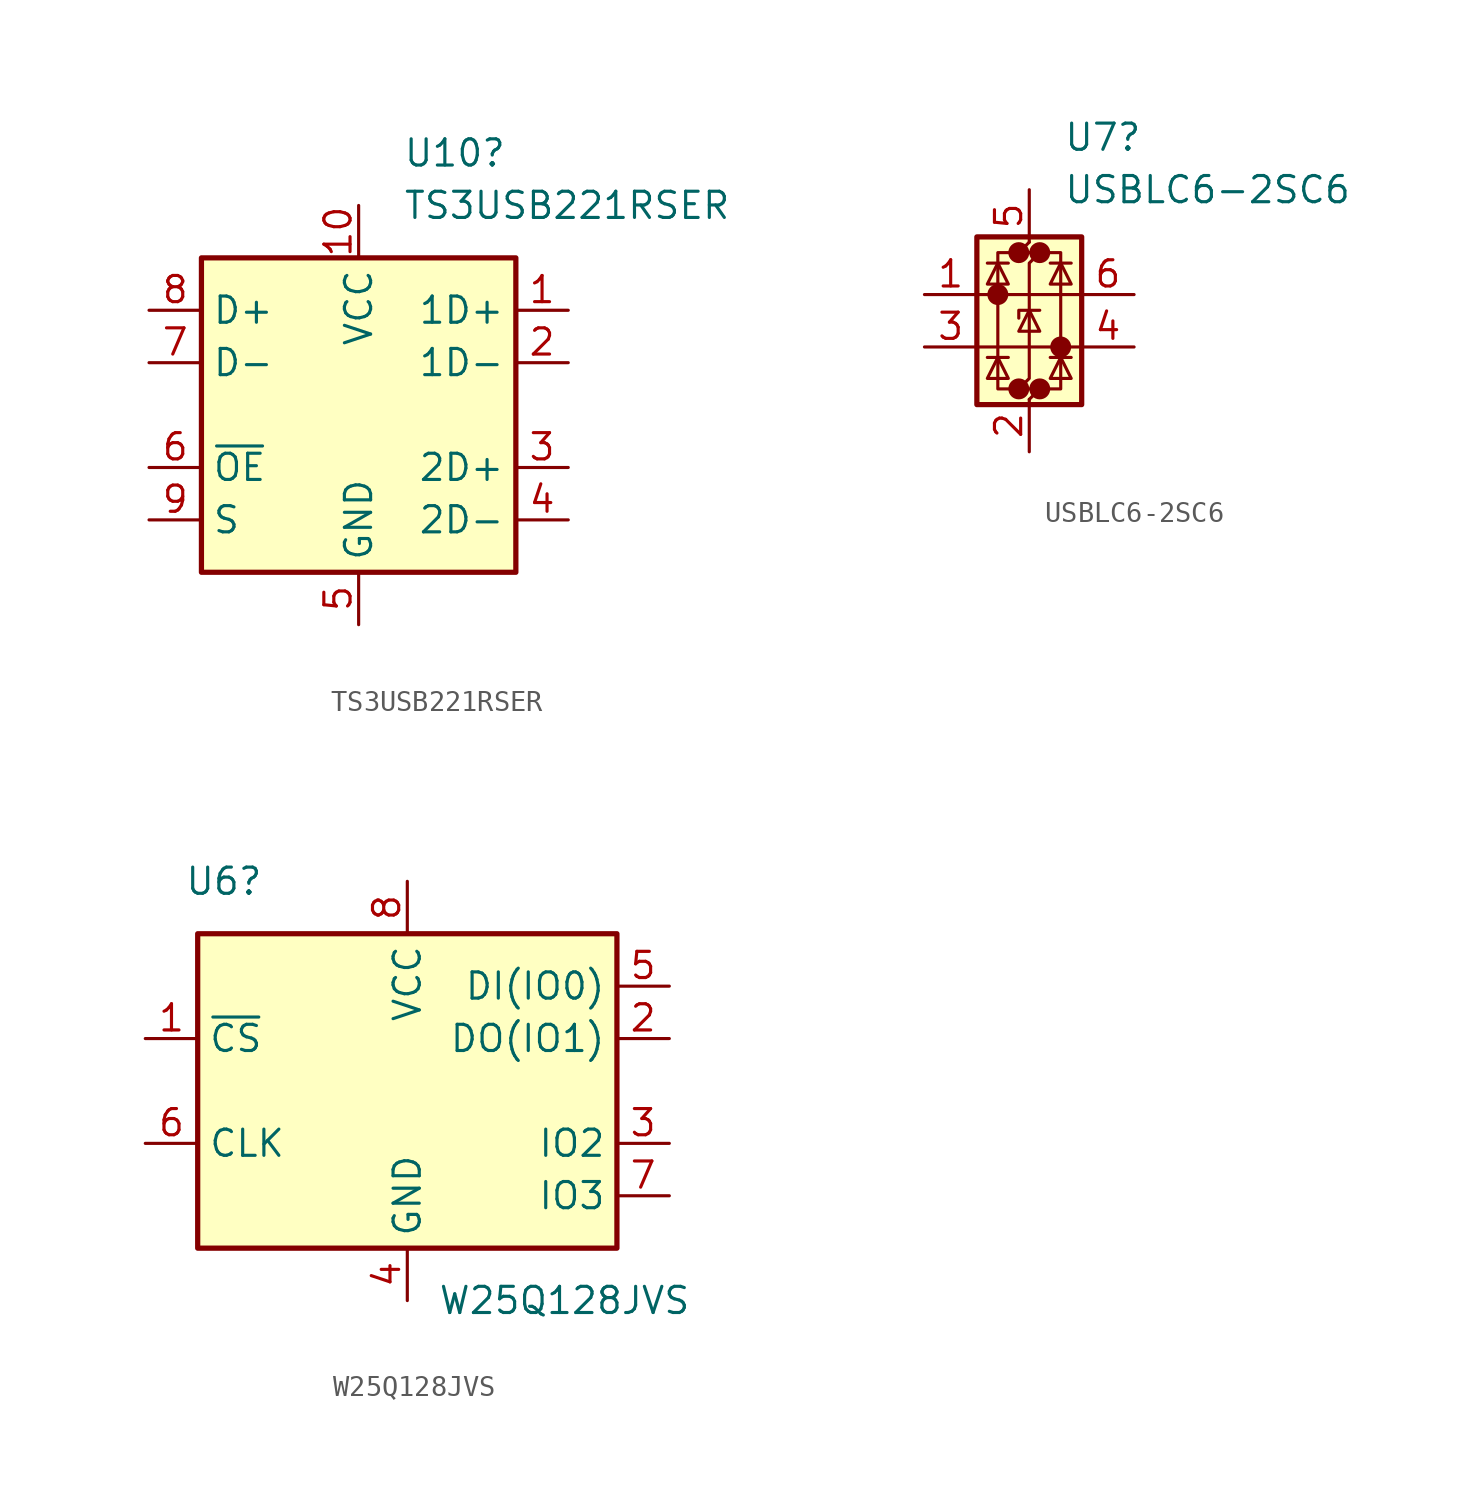
<source format=kicad_sym>
(kicad_symbol_lib
  (version 20241209)
  (generator "kicad_symbol_editor")
  (generator_version "9.0")
  (symbol "TS3USB221RSER"
    (property "Reference" "U10"
      (at 2.143 12.7 0)
      (effects (font (size 1.27 1.27)) (justify left)))
    (property "Value" "TS3USB221RSER"
      (at 2.143 10.16 0)
      (effects (font (size 1.27 1.27)) (justify left)))
    (symbol "TS3USB221RSER_0_1"
      (rectangle (start 7.62 7.62) (end -7.62 -7.62) (stroke (width 0.254) (type default)) (fill (type background))))
    (symbol "TS3USB221RSER_1_1"
      (pin bidirectional line (at -10.16 5.08 0) (length 2.54) (name "D+" (effects (font (size 1.27 1.27)))) (number "8" (effects (font (size 1.27 1.27)))))
      (pin bidirectional line (at -10.16 2.54 0) (length 2.54) (name "D-" (effects (font (size 1.27 1.27)))) (number "7" (effects (font (size 1.27 1.27)))))
      (pin input line (at -10.16 -2.54 0) (length 2.54) (name "~{OE}" (effects (font (size 1.27 1.27)))) (number "6" (effects (font (size 1.27 1.27)))))
      (pin input line (at -10.16 -5.08 0) (length 2.54) (name "S" (effects (font (size 1.27 1.27)))) (number "9" (effects (font (size 1.27 1.27)))))
      (pin power_in line (at 0 10.16 270) (length 2.54) (name "VCC" (effects (font (size 1.27 1.27)))) (number "10" (effects (font (size 1.27 1.27)))))
      (pin power_in line (at 0 -10.16 90) (length 2.54) (name "GND" (effects (font (size 1.27 1.27)))) (number "5" (effects (font (size 1.27 1.27)))))
      (pin bidirectional line (at 10.16 5.08 180) (length 2.54) (name "1D+" (effects (font (size 1.27 1.27)))) (number "1" (effects (font (size 1.27 1.27)))))
      (pin bidirectional line (at 10.16 2.54 180) (length 2.54) (name "1D-" (effects (font (size 1.27 1.27)))) (number "2" (effects (font (size 1.27 1.27)))))
      (pin bidirectional line (at 10.16 -2.54 180) (length 2.54) (name "2D+" (effects (font (size 1.27 1.27)))) (number "3" (effects (font (size 1.27 1.27)))))
      (pin bidirectional line (at 10.16 -5.08 180) (length 2.54) (name "2D-" (effects (font (size 1.27 1.27)))) (number "4" (effects (font (size 1.27 1.27)))))))
  (symbol "USBLC6-2SC6"
    (pin_names
      (hide yes))
    (property "Reference" "U7"
      (at 1.651 7.62 0)
      (effects (font (size 1.27 1.27)) (justify left)))
    (property "Value" "USBLC6-2SC6"
      (at 1.651 5.08 0)
      (effects (font (size 1.27 1.27)) (justify left)))
    (symbol "USBLC6-2SC6_0_0"
      (circle (center -1.524 0) (radius 0.0001) (stroke (width 0.508) (type default)) (fill (type none)))
      (circle (center -0.508 2.032) (radius 0.0001) (stroke (width 0.508) (type default)) (fill (type none)))
      (circle (center -0.508 -4.572) (radius 0.0001) (stroke (width 0.508) (type default)) (fill (type none)))
      (circle (center 0.508 2.032) (radius 0.0001) (stroke (width 0.508) (type default)) (fill (type none)))
      (circle (center 0.508 -4.572) (radius 0.0001) (stroke (width 0.508) (type default)) (fill (type none)))
      (circle (center 1.524 -2.54) (radius 0.0001) (stroke (width 0.508) (type default)) (fill (type none))))
    (symbol "USBLC6-2SC6_0_1"
      (polyline (pts (xy -2.54 0) (xy 2.54 0)) (stroke (width 0) (type default)) (fill (type none)))
      (polyline (pts (xy -2.54 -2.54) (xy 2.54 -2.54)) (stroke (width 0) (type default)) (fill (type none)))
      (polyline (pts (xy -2.032 0.508) (xy -1.016 0.508) (xy -1.524 1.524) (xy -2.032 0.508)) (stroke (width 0) (type default)) (fill (type none)))
      (polyline (pts (xy -2.032 -3.048) (xy -1.016 -3.048)) (stroke (width 0) (type default)) (fill (type none)))
      (polyline (pts (xy -1.016 1.524) (xy -2.032 1.524)) (stroke (width 0) (type default)) (fill (type none)))
      (polyline (pts (xy -1.016 -4.064) (xy -2.032 -4.064) (xy -1.524 -3.048) (xy -1.016 -4.064)) (stroke (width 0) (type default)) (fill (type none)))
      (polyline (pts (xy -0.508 -1.143) (xy -0.508 -0.762) (xy 0.508 -0.762)) (stroke (width 0) (type default)) (fill (type none)))
      (polyline (pts (xy 0 2.54) (xy -0.508 2.032) (xy 0.508 2.032) (xy 0 1.524) (xy 0 -4.064) (xy -0.508 -4.572) (xy 0.508 -4.572) (xy 0 -5.08)) (stroke (width 0) (type default)) (fill (type none)))
      (polyline (pts (xy 0.508 -1.778) (xy -0.508 -1.778) (xy 0 -0.762) (xy 0.508 -1.778)) (stroke (width 0) (type default)) (fill (type none)))
      (polyline (pts (xy 1.016 1.524) (xy 2.032 1.524)) (stroke (width 0) (type default)) (fill (type none)))
      (polyline (pts (xy 1.016 -3.048) (xy 2.032 -3.048)) (stroke (width 0) (type default)) (fill (type none)))
      (polyline (pts (xy 2.032 0.508) (xy 1.016 0.508) (xy 1.524 1.524) (xy 2.032 0.508)) (stroke (width 0) (type default)) (fill (type none)))
      (polyline (pts (xy 2.032 -4.064) (xy 1.016 -4.064) (xy 1.524 -3.048) (xy 2.032 -4.064)) (stroke (width 0) (type default)) (fill (type none))))
    (symbol "USBLC6-2SC6_1_1"
      (rectangle (start -2.54 2.794) (end 2.54 -5.334) (stroke (width 0.254) (type default)) (fill (type background)))
      (polyline (pts (xy -0.508 2.032) (xy -1.524 2.032) (xy -1.524 -4.572) (xy -0.508 -4.572)) (stroke (width 0) (type default)) (fill (type none)))
      (polyline (pts (xy 0.508 -4.572) (xy 1.524 -4.572) (xy 1.524 2.032) (xy 0.508 2.032)) (stroke (width 0) (type default)) (fill (type none)))
      (pin passive line (at -5.08 0 0) (length 2.54) (name "I/O1" (effects (font (size 1.27 1.27)))) (number "1" (effects (font (size 1.27 1.27)))))
      (pin passive line (at -5.08 -2.54 0) (length 2.54) (name "I/O2" (effects (font (size 1.27 1.27)))) (number "3" (effects (font (size 1.27 1.27)))))
      (pin passive line (at 0 5.08 270) (length 2.54) (name "VBUS" (effects (font (size 1.27 1.27)))) (number "5" (effects (font (size 1.27 1.27)))))
      (pin passive line (at 0 -7.62 90) (length 2.54) (name "GND" (effects (font (size 1.27 1.27)))) (number "2" (effects (font (size 1.27 1.27)))))
      (pin passive line (at 5.08 0 180) (length 2.54) (name "I/O1" (effects (font (size 1.27 1.27)))) (number "6" (effects (font (size 1.27 1.27)))))
      (pin passive line (at 5.08 -2.54 180) (length 2.54) (name "I/O2" (effects (font (size 1.27 1.27)))) (number "4" (effects (font (size 1.27 1.27)))))))
  (symbol "W25Q128JVS"
    (property "Reference" "U6"
      (at -8.89 10.16 0)
      (effects (font (size 1.27 1.27))))
    (property "Value" "W25Q128JVS"
      (at 7.62 -10.16 0)
      (effects (font (size 1.27 1.27))))
    (property "Sim.Device" ""
      (at 0 0 0)
      (effects (font (size 1.27 1.27))))
    (symbol "W25Q128JVS_0_1"
      (rectangle (start -10.16 7.62) (end 10.16 -7.62) (stroke (width 0.254) (type default)) (fill (type background))))
    (symbol "W25Q128JVS_1_1"
      (pin input line (at -12.7 2.54 0) (length 2.54) (name "~{CS}" (effects (font (size 1.27 1.27)))) (number "1" (effects (font (size 1.27 1.27)))))
      (pin input line (at -12.7 -2.54 0) (length 2.54) (name "CLK" (effects (font (size 1.27 1.27)))) (number "6" (effects (font (size 1.27 1.27)))))
      (pin power_in line (at 0 10.16 270) (length 2.54) (name "VCC" (effects (font (size 1.27 1.27)))) (number "8" (effects (font (size 1.27 1.27)))))
      (pin power_in line (at 0 -10.16 90) (length 2.54) (name "GND" (effects (font (size 1.27 1.27)))) (number "4" (effects (font (size 1.27 1.27)))))
      (pin bidirectional line (at 12.7 5.08 180) (length 2.54) (name "DI(IO0)" (effects (font (size 1.27 1.27)))) (number "5" (effects (font (size 1.27 1.27)))))
      (pin bidirectional line (at 12.7 2.54 180) (length 2.54) (name "DO(IO1)" (effects (font (size 1.27 1.27)))) (number "2" (effects (font (size 1.27 1.27)))))
      (pin bidirectional line (at 12.7 -2.54 180) (length 2.54) (name "IO2" (effects (font (size 1.27 1.27)))) (number "3" (effects (font (size 1.27 1.27)))))
      (pin bidirectional line (at 12.7 -5.08 180) (length 2.54) (name "IO3" (effects (font (size 1.27 1.27)))) (number "7" (effects (font (size 1.27 1.27))))))))
</source>
